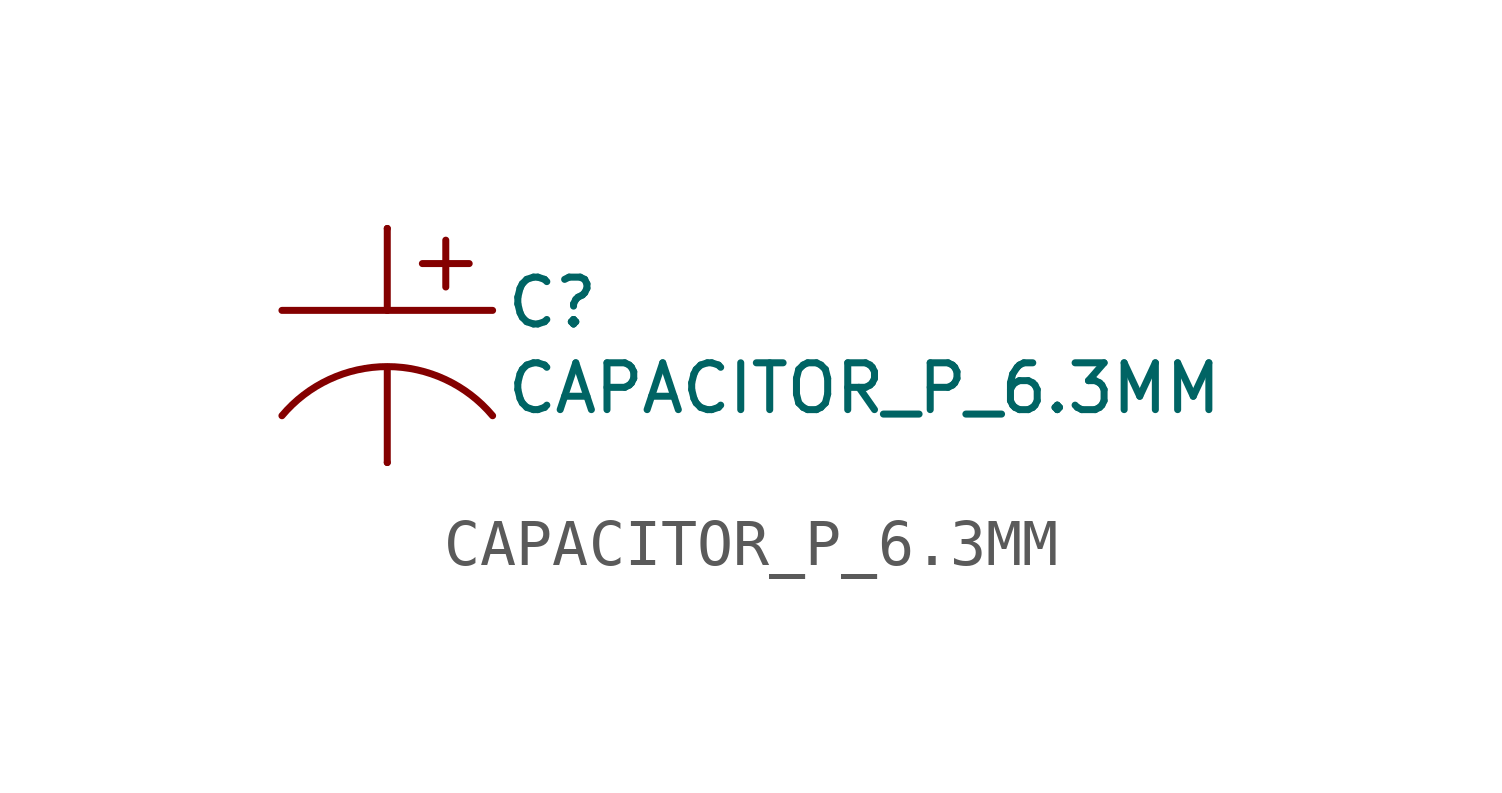
<source format=kicad_sym>
(kicad_symbol_lib
  (version 20211014)
  (generator kicad_symbol_editor)
  (symbol "CAPACITOR_P_6.3MM"
    (property "Reference" "C"
      (at 2.54 1.524 0)
      (effects (font (size 1.016 1.016)) (justify left top)))
    (property "Value" "CAPACITOR_P_6.3MM"
      (at 2.54 -1.524 0)
      (effects (font (size 1.016 1.016)) (justify left bottom)))
    (property "ki_locked" ""
      (at 0 0 0)
      (effects (font (size 1.27 1.27))))
    (symbol "CAPACITOR_P_6.3MM_1_0"
      (polyline (pts (xy -2.286 0.762) (xy 0 0.762)) (stroke (width 0.152) (type default) (color 0 0 0 0)) (fill (type none)))
      (polyline (pts (xy 0 -2.54) (xy 0 -0.508)) (stroke (width 0.152) (type default) (color 0 0 0 0)) (fill (type none)))
      (polyline (pts (xy 0 0.762) (xy 2.286 0.762)) (stroke (width 0.152) (type default) (color 0 0 0 0)) (fill (type none)))
      (polyline (pts (xy 0 2.54) (xy 0 0.762)) (stroke (width 0.152) (type default) (color 0 0 0 0)) (fill (type none)))
      (polyline (pts (xy 1.27 2.286) (xy 1.27 1.27)) (stroke (width 0.152) (type default) (color 0 0 0 0)) (fill (type none)))
      (polyline (pts (xy 1.778 1.778) (xy 0.762 1.778)) (stroke (width 0.152) (type default) (color 0 0 0 0)) (fill (type none)))
      (arc (start 2.286 -1.524) (mid 0 -0.458) (end -2.286 -1.524) (stroke (width 0.1524) (type default) (color 0 0 0 0)) (fill (type none)))
      (pin passive line (at 0 2.54 270) (length 0) (name "P$1" (effects (font (size 0 0)))) (number "P$1" (effects (font (size 0 0)))))
      (pin passive line (at 0 -2.54 90) (length 0) (name "P$2" (effects (font (size 0 0)))) (number "P$2" (effects (font (size 0 0))))))))
</source>
